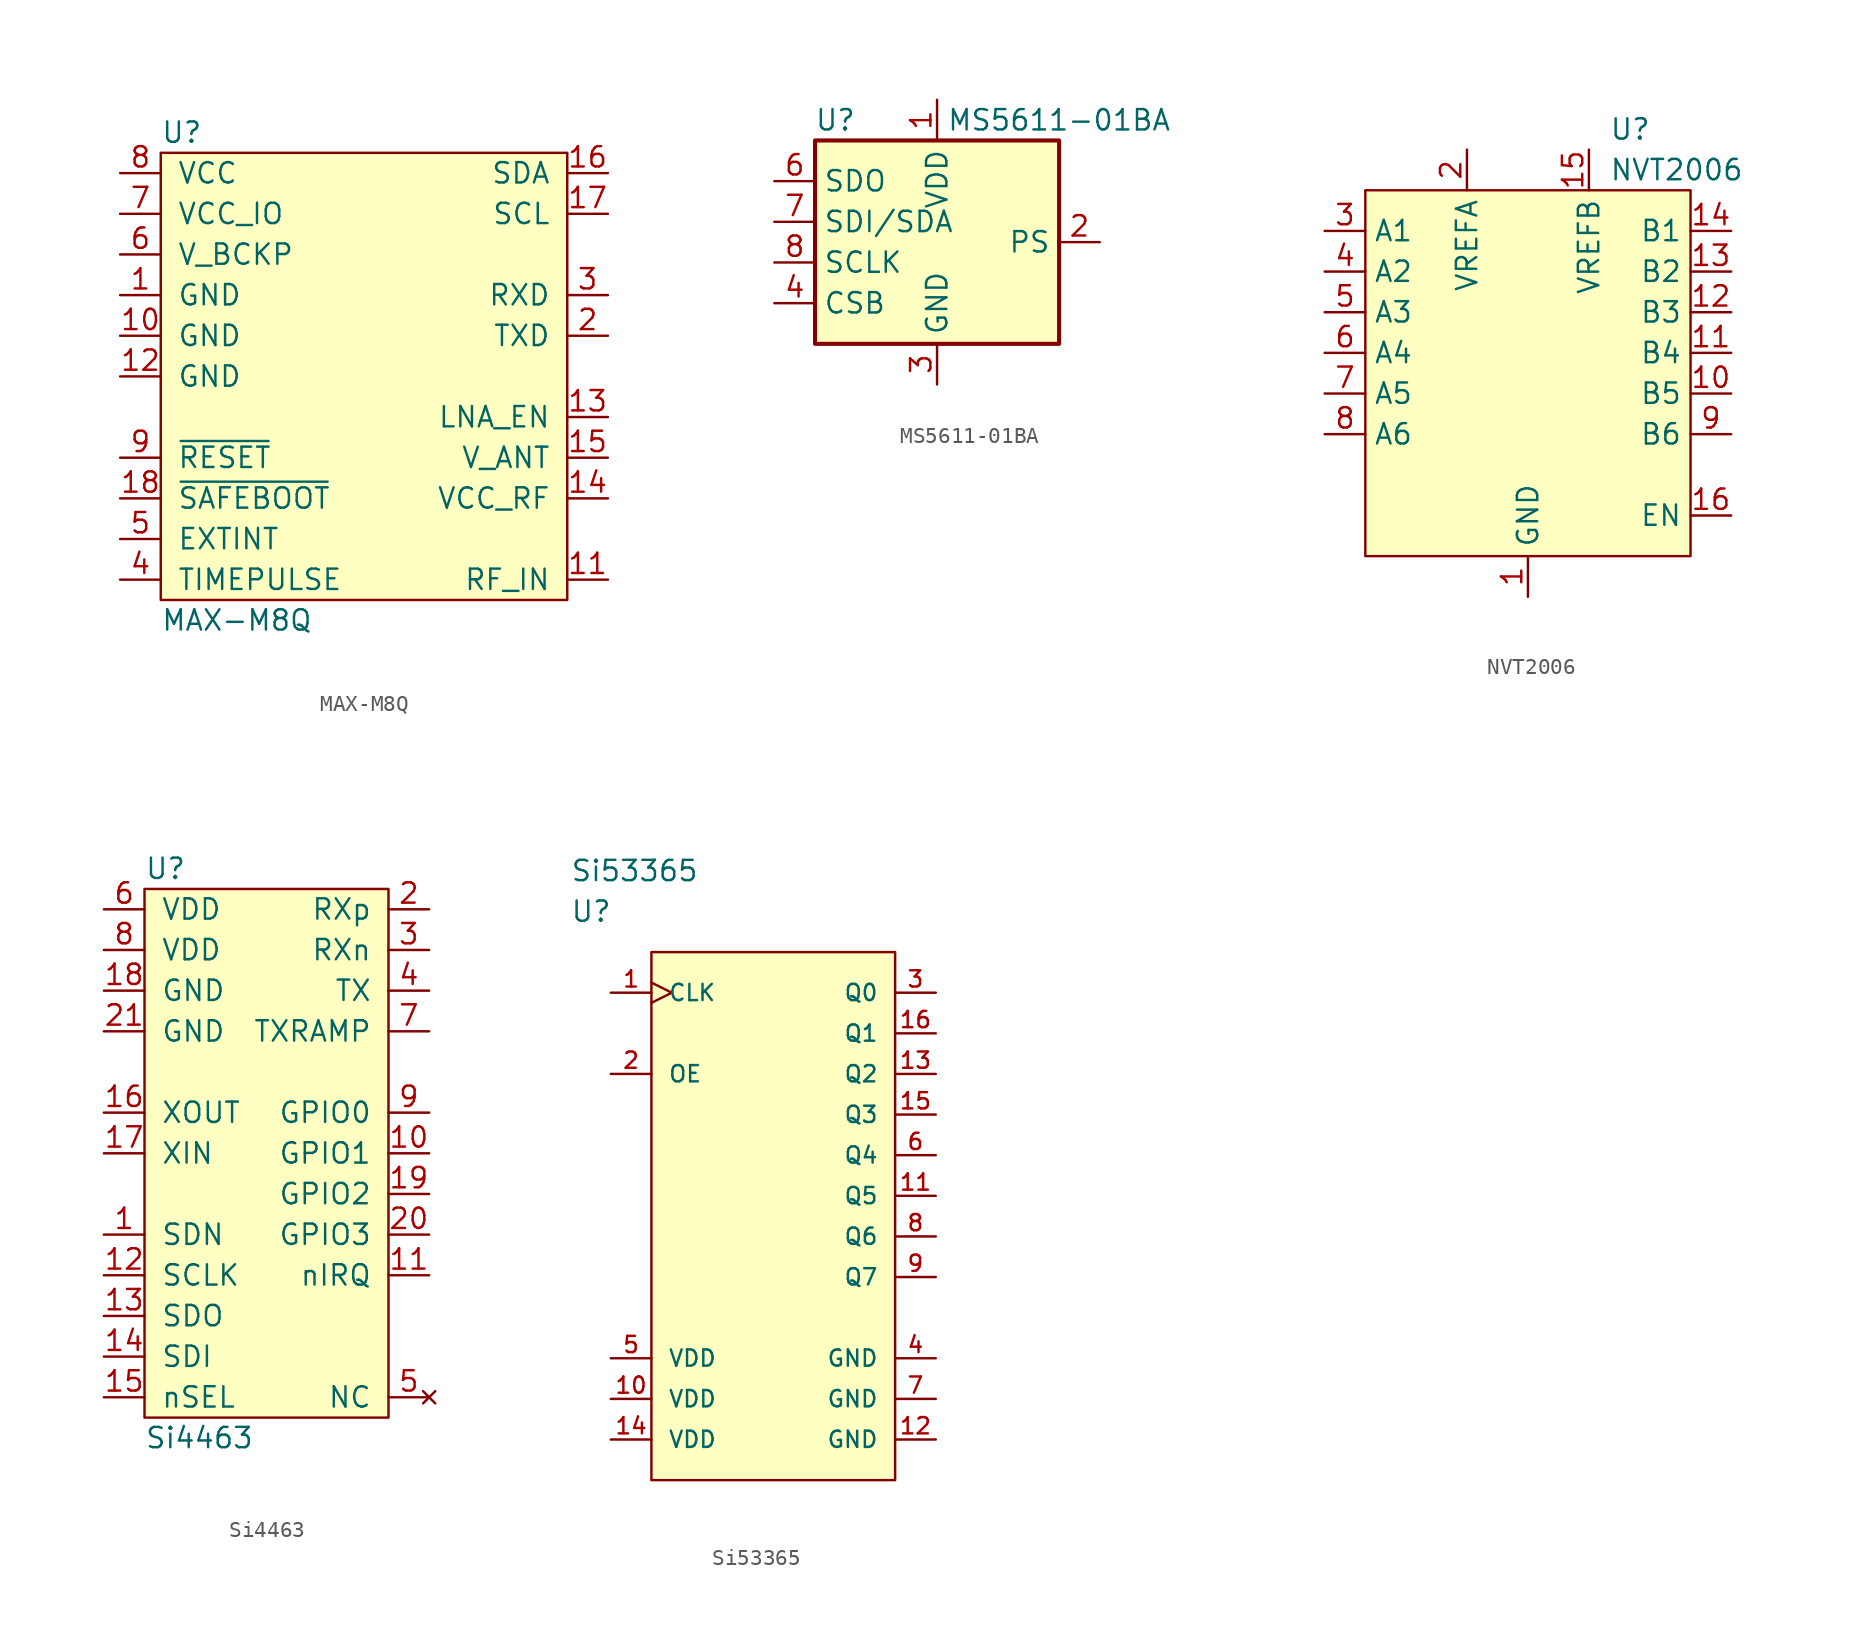
<source format=kicad_sym>
(kicad_symbol_lib
  (version 20211014)
  (generator kicad_symbol_editor)
  (symbol "MAX-M8Q"
    (pin_names
      (offset 1.016))
    (property "Reference" "U"
      (at -12.7 15.24 0)
      (effects (font (size 1.27 1.27)) (justify left)))
    (property "Value" "MAX-M8Q"
      (at -12.7 -15.24 0)
      (effects (font (size 1.27 1.27)) (justify left)))
    (symbol "MAX-M8Q_0_0"
      (pin power_in line (at -15.24 5.08 0) (length 2.54) (name "GND" (effects (font (size 1.27 1.27)))) (number "1" (effects (font (size 1.27 1.27)))))
      (pin power_in line (at -15.24 2.54 0) (length 2.54) (name "GND" (effects (font (size 1.27 1.27)))) (number "10" (effects (font (size 1.27 1.27)))))
      (pin input line (at 15.24 -12.7 180) (length 2.54) (name "RF_IN" (effects (font (size 1.27 1.27)))) (number "11" (effects (font (size 1.27 1.27)))))
      (pin power_in line (at -15.24 0 0) (length 2.54) (name "GND" (effects (font (size 1.27 1.27)))) (number "12" (effects (font (size 1.27 1.27)))))
      (pin output line (at 15.24 -2.54 180) (length 2.54) (name "LNA_EN" (effects (font (size 1.27 1.27)))) (number "13" (effects (font (size 1.27 1.27)))))
      (pin power_out line (at 15.24 -7.62 180) (length 2.54) (name "VCC_RF" (effects (font (size 1.27 1.27)))) (number "14" (effects (font (size 1.27 1.27)))))
      (pin power_in line (at 15.24 -5.08 180) (length 2.54) (name "V_ANT" (effects (font (size 1.27 1.27)))) (number "15" (effects (font (size 1.27 1.27)))))
      (pin bidirectional line (at 15.24 12.7 180) (length 2.54) (name "SDA" (effects (font (size 1.27 1.27)))) (number "16" (effects (font (size 1.27 1.27)))))
      (pin bidirectional line (at 15.24 10.16 180) (length 2.54) (name "SCL" (effects (font (size 1.27 1.27)))) (number "17" (effects (font (size 1.27 1.27)))))
      (pin input line (at -15.24 -7.62 0) (length 2.54) (name "~{SAFEBOOT}" (effects (font (size 1.27 1.27)))) (number "18" (effects (font (size 1.27 1.27)))))
      (pin input line (at 15.24 2.54 180) (length 2.54) (name "TXD" (effects (font (size 1.27 1.27)))) (number "2" (effects (font (size 1.27 1.27)))))
      (pin input line (at 15.24 5.08 180) (length 2.54) (name "RXD" (effects (font (size 1.27 1.27)))) (number "3" (effects (font (size 1.27 1.27)))))
      (pin output line (at -15.24 -12.7 0) (length 2.54) (name "TIMEPULSE" (effects (font (size 1.27 1.27)))) (number "4" (effects (font (size 1.27 1.27)))))
      (pin input line (at -15.24 -10.16 0) (length 2.54) (name "EXTINT" (effects (font (size 1.27 1.27)))) (number "5" (effects (font (size 1.27 1.27)))))
      (pin power_in line (at -15.24 7.62 0) (length 2.54) (name "V_BCKP" (effects (font (size 1.27 1.27)))) (number "6" (effects (font (size 1.27 1.27)))))
      (pin power_in line (at -15.24 10.16 0) (length 2.54) (name "VCC_IO" (effects (font (size 1.27 1.27)))) (number "7" (effects (font (size 1.27 1.27)))))
      (pin power_in line (at -15.24 12.7 0) (length 2.54) (name "VCC" (effects (font (size 1.27 1.27)))) (number "8" (effects (font (size 1.27 1.27)))))
      (pin input line (at -15.24 -5.08 0) (length 2.54) (name "~{RESET}" (effects (font (size 1.27 1.27)))) (number "9" (effects (font (size 1.27 1.27))))))
    (symbol "MAX-M8Q_0_1"
      (rectangle (start -12.7 13.97) (end 12.7 -13.97) (stroke (width 0) (type default) (color 0 0 0 0)) (fill (type background)))))
  (symbol "MS5611-01BA"
    (property "Reference" "U"
      (at -6.35 7.62 0)
      (effects (font (size 1.27 1.27))))
    (property "Value" "MS5611-01BA"
      (at 7.62 7.62 0)
      (effects (font (size 1.27 1.27))))
    (symbol "MS5611-01BA_0_1"
      (rectangle (start -7.62 6.35) (end 7.62 -6.35) (stroke (width 0.254) (type default) (color 0 0 0 0)) (fill (type background))))
    (symbol "MS5611-01BA_1_1"
      (pin power_in line (at 0 8.89 270) (length 2.54) (name "VDD" (effects (font (size 1.27 1.27)))) (number "1" (effects (font (size 1.27 1.27)))))
      (pin input line (at 10.16 0 180) (length 2.54) (name "PS" (effects (font (size 1.27 1.27)))) (number "2" (effects (font (size 1.27 1.27)))))
      (pin power_in line (at 0 -8.89 90) (length 2.54) (name "GND" (effects (font (size 1.27 1.27)))) (number "3" (effects (font (size 1.27 1.27)))))
      (pin input line (at -10.16 -3.81 0) (length 2.54) (name "CSB" (effects (font (size 1.27 1.27)))) (number "4" (effects (font (size 1.27 1.27)))))
      (pin input line (at -10.16 -3.81 0) (length 2.54) hide (name "CSB" (effects (font (size 1.27 1.27)))) (number "5" (effects (font (size 1.27 1.27)))))
      (pin output line (at -10.16 3.81 0) (length 2.54) (name "SDO" (effects (font (size 1.27 1.27)))) (number "6" (effects (font (size 1.27 1.27)))))
      (pin bidirectional line (at -10.16 1.27 0) (length 2.54) (name "SDI/SDA" (effects (font (size 1.27 1.27)))) (number "7" (effects (font (size 1.27 1.27)))))
      (pin input line (at -10.16 -1.27 0) (length 2.54) (name "SCLK" (effects (font (size 1.27 1.27)))) (number "8" (effects (font (size 1.27 1.27)))))))
  (symbol "NVT2006"
    (property "Reference" "U"
      (at 5.08 12.7 0)
      (effects (font (size 1.27 1.27)) (justify left)))
    (property "Value" "NVT2006"
      (at 5.08 10.16 0)
      (effects (font (size 1.27 1.27)) (justify left)))
    (symbol "NVT2006_0_0"
      (pin power_in line (at 0 -16.51 90) (length 2.54) (name "GND" (effects (font (size 1.27 1.27)))) (number "1" (effects (font (size 1.27 1.27)))))
      (pin bidirectional line (at 12.7 -3.81 180) (length 2.54) (name "B5" (effects (font (size 1.27 1.27)))) (number "10" (effects (font (size 1.27 1.27)))))
      (pin bidirectional line (at 12.7 -1.27 180) (length 2.54) (name "B4" (effects (font (size 1.27 1.27)))) (number "11" (effects (font (size 1.27 1.27)))))
      (pin bidirectional line (at 12.7 1.27 180) (length 2.54) (name "B3" (effects (font (size 1.27 1.27)))) (number "12" (effects (font (size 1.27 1.27)))))
      (pin bidirectional line (at 12.7 3.81 180) (length 2.54) (name "B2" (effects (font (size 1.27 1.27)))) (number "13" (effects (font (size 1.27 1.27)))))
      (pin bidirectional line (at 12.7 6.35 180) (length 2.54) (name "B1" (effects (font (size 1.27 1.27)))) (number "14" (effects (font (size 1.27 1.27)))))
      (pin power_in line (at 3.81 11.43 270) (length 2.54) (name "VREFB" (effects (font (size 1.27 1.27)))) (number "15" (effects (font (size 1.27 1.27)))))
      (pin input line (at 12.7 -11.43 180) (length 2.54) (name "EN" (effects (font (size 1.27 1.27)))) (number "16" (effects (font (size 1.27 1.27)))))
      (pin power_in line (at -3.81 11.43 270) (length 2.54) (name "VREFA" (effects (font (size 1.27 1.27)))) (number "2" (effects (font (size 1.27 1.27)))))
      (pin bidirectional line (at -12.7 6.35 0) (length 2.54) (name "A1" (effects (font (size 1.27 1.27)))) (number "3" (effects (font (size 1.27 1.27)))))
      (pin bidirectional line (at -12.7 3.81 0) (length 2.54) (name "A2" (effects (font (size 1.27 1.27)))) (number "4" (effects (font (size 1.27 1.27)))))
      (pin bidirectional line (at -12.7 1.27 0) (length 2.54) (name "A3" (effects (font (size 1.27 1.27)))) (number "5" (effects (font (size 1.27 1.27)))))
      (pin bidirectional line (at -12.7 -1.27 0) (length 2.54) (name "A4" (effects (font (size 1.27 1.27)))) (number "6" (effects (font (size 1.27 1.27)))))
      (pin bidirectional line (at -12.7 -3.81 0) (length 2.54) (name "A5" (effects (font (size 1.27 1.27)))) (number "7" (effects (font (size 1.27 1.27)))))
      (pin bidirectional line (at -12.7 -6.35 0) (length 2.54) (name "A6" (effects (font (size 1.27 1.27)))) (number "8" (effects (font (size 1.27 1.27)))))
      (pin bidirectional line (at 12.7 -6.35 180) (length 2.54) (name "B6" (effects (font (size 1.27 1.27)))) (number "9" (effects (font (size 1.27 1.27))))))
    (symbol "NVT2006_0_1"
      (rectangle (start -10.16 8.89) (end 10.16 -13.97) (stroke (width 0) (type default) (color 0 0 0 0)) (fill (type background)))))
  (symbol "Si4463"
    (pin_names
      (offset 1.016))
    (property "Reference" "U"
      (at -7.62 17.78 0)
      (effects (font (size 1.27 1.27)) (justify left)))
    (property "Value" "Si4463"
      (at -7.62 -17.78 0)
      (effects (font (size 1.27 1.27)) (justify left)))
    (symbol "Si4463_0_1"
      (rectangle (start -7.62 16.51) (end 7.62 -16.51) (stroke (width 0) (type default) (color 0 0 0 0)) (fill (type background))))
    (symbol "Si4463_1_1"
      (pin input line (at -10.16 -5.08 0) (length 2.54) (name "SDN" (effects (font (size 1.27 1.27)))) (number "1" (effects (font (size 1.27 1.27)))))
      (pin bidirectional line (at 10.16 0 180) (length 2.54) (name "GPIO1" (effects (font (size 1.27 1.27)))) (number "10" (effects (font (size 1.27 1.27)))))
      (pin output line (at 10.16 -7.62 180) (length 2.54) (name "nIRQ" (effects (font (size 1.27 1.27)))) (number "11" (effects (font (size 1.27 1.27)))))
      (pin input line (at -10.16 -7.62 0) (length 2.54) (name "SCLK" (effects (font (size 1.27 1.27)))) (number "12" (effects (font (size 1.27 1.27)))))
      (pin output line (at -10.16 -10.16 0) (length 2.54) (name "SDO" (effects (font (size 1.27 1.27)))) (number "13" (effects (font (size 1.27 1.27)))))
      (pin input line (at -10.16 -12.7 0) (length 2.54) (name "SDI" (effects (font (size 1.27 1.27)))) (number "14" (effects (font (size 1.27 1.27)))))
      (pin input line (at -10.16 -15.24 0) (length 2.54) (name "nSEL" (effects (font (size 1.27 1.27)))) (number "15" (effects (font (size 1.27 1.27)))))
      (pin output line (at -10.16 2.54 0) (length 2.54) (name "XOUT" (effects (font (size 1.27 1.27)))) (number "16" (effects (font (size 1.27 1.27)))))
      (pin input line (at -10.16 0 0) (length 2.54) (name "XIN" (effects (font (size 1.27 1.27)))) (number "17" (effects (font (size 1.27 1.27)))))
      (pin power_in line (at -10.16 10.16 0) (length 2.54) (name "GND" (effects (font (size 1.27 1.27)))) (number "18" (effects (font (size 1.27 1.27)))))
      (pin bidirectional line (at 10.16 -2.54 180) (length 2.54) (name "GPIO2" (effects (font (size 1.27 1.27)))) (number "19" (effects (font (size 1.27 1.27)))))
      (pin input line (at 10.16 15.24 180) (length 2.54) (name "RXp" (effects (font (size 1.27 1.27)))) (number "2" (effects (font (size 1.27 1.27)))))
      (pin bidirectional line (at 10.16 -5.08 180) (length 2.54) (name "GPIO3" (effects (font (size 1.27 1.27)))) (number "20" (effects (font (size 1.27 1.27)))))
      (pin power_in line (at -10.16 7.62 0) (length 2.54) (name "GND" (effects (font (size 1.27 1.27)))) (number "21" (effects (font (size 1.27 1.27)))))
      (pin input line (at 10.16 12.7 180) (length 2.54) (name "RXn" (effects (font (size 1.27 1.27)))) (number "3" (effects (font (size 1.27 1.27)))))
      (pin output line (at 10.16 10.16 180) (length 2.54) (name "TX" (effects (font (size 1.27 1.27)))) (number "4" (effects (font (size 1.27 1.27)))))
      (pin no_connect line (at 10.16 -15.24 180) (length 2.54) (name "NC" (effects (font (size 1.27 1.27)))) (number "5" (effects (font (size 1.27 1.27)))))
      (pin power_in line (at -10.16 15.24 0) (length 2.54) (name "VDD" (effects (font (size 1.27 1.27)))) (number "6" (effects (font (size 1.27 1.27)))))
      (pin output line (at 10.16 7.62 180) (length 2.54) (name "TXRAMP" (effects (font (size 1.27 1.27)))) (number "7" (effects (font (size 1.27 1.27)))))
      (pin power_in line (at -10.16 12.7 0) (length 2.54) (name "VDD" (effects (font (size 1.27 1.27)))) (number "8" (effects (font (size 1.27 1.27)))))
      (pin bidirectional line (at 10.16 2.54 180) (length 2.54) (name "GPIO0" (effects (font (size 1.27 1.27)))) (number "9" (effects (font (size 1.27 1.27)))))))
  (symbol "Si53365"
    (pin_names
      (offset 1.016))
    (property "Reference" "U"
      (at 0 5.08 0)
      (effects (font (size 1.27 1.27)) (justify left)))
    (property "Value" "Si53365"
      (at 0 7.62 0)
      (effects (font (size 1.27 1.27)) (justify left)))
    (symbol "Si53365_1_1"
      (rectangle (start 5.08 2.54) (end 20.32 -30.48) (stroke (width 0) (type default) (color 0 0 0 0)) (fill (type background)))
      (pin input clock (at 2.54 0 0) (length 2.54) (name "CLK" (effects (font (size 1.016 1.016)))) (number "1" (effects (font (size 1.016 1.016)))))
      (pin power_in line (at 2.54 -25.4 0) (length 2.54) (name "VDD" (effects (font (size 1.016 1.016)))) (number "10" (effects (font (size 1.016 1.016)))))
      (pin unspecified line (at 22.86 -12.7 180) (length 2.54) (name "Q5" (effects (font (size 1.016 1.016)))) (number "11" (effects (font (size 1.016 1.016)))))
      (pin power_in line (at 22.86 -27.94 180) (length 2.54) (name "GND" (effects (font (size 1.016 1.016)))) (number "12" (effects (font (size 1.016 1.016)))))
      (pin unspecified line (at 22.86 -5.08 180) (length 2.54) (name "Q2" (effects (font (size 1.016 1.016)))) (number "13" (effects (font (size 1.016 1.016)))))
      (pin power_in line (at 2.54 -27.94 0) (length 2.54) (name "VDD" (effects (font (size 1.016 1.016)))) (number "14" (effects (font (size 1.016 1.016)))))
      (pin unspecified line (at 22.86 -7.62 180) (length 2.54) (name "Q3" (effects (font (size 1.016 1.016)))) (number "15" (effects (font (size 1.016 1.016)))))
      (pin unspecified line (at 22.86 -2.54 180) (length 2.54) (name "Q1" (effects (font (size 1.016 1.016)))) (number "16" (effects (font (size 1.016 1.016)))))
      (pin input line (at 2.54 -5.08 0) (length 2.54) (name "OE" (effects (font (size 1.016 1.016)))) (number "2" (effects (font (size 1.016 1.016)))))
      (pin unspecified line (at 22.86 0 180) (length 2.54) (name "Q0" (effects (font (size 1.016 1.016)))) (number "3" (effects (font (size 1.016 1.016)))))
      (pin power_in line (at 22.86 -22.86 180) (length 2.54) (name "GND" (effects (font (size 1.016 1.016)))) (number "4" (effects (font (size 1.016 1.016)))))
      (pin power_in line (at 2.54 -22.86 0) (length 2.54) (name "VDD" (effects (font (size 1.016 1.016)))) (number "5" (effects (font (size 1.016 1.016)))))
      (pin unspecified line (at 22.86 -10.16 180) (length 2.54) (name "Q4" (effects (font (size 1.016 1.016)))) (number "6" (effects (font (size 1.016 1.016)))))
      (pin power_in line (at 22.86 -25.4 180) (length 2.54) (name "GND" (effects (font (size 1.016 1.016)))) (number "7" (effects (font (size 1.016 1.016)))))
      (pin unspecified line (at 22.86 -15.24 180) (length 2.54) (name "Q6" (effects (font (size 1.016 1.016)))) (number "8" (effects (font (size 1.016 1.016)))))
      (pin unspecified line (at 22.86 -17.78 180) (length 2.54) (name "Q7" (effects (font (size 1.016 1.016)))) (number "9" (effects (font (size 1.016 1.016))))))))
</source>
